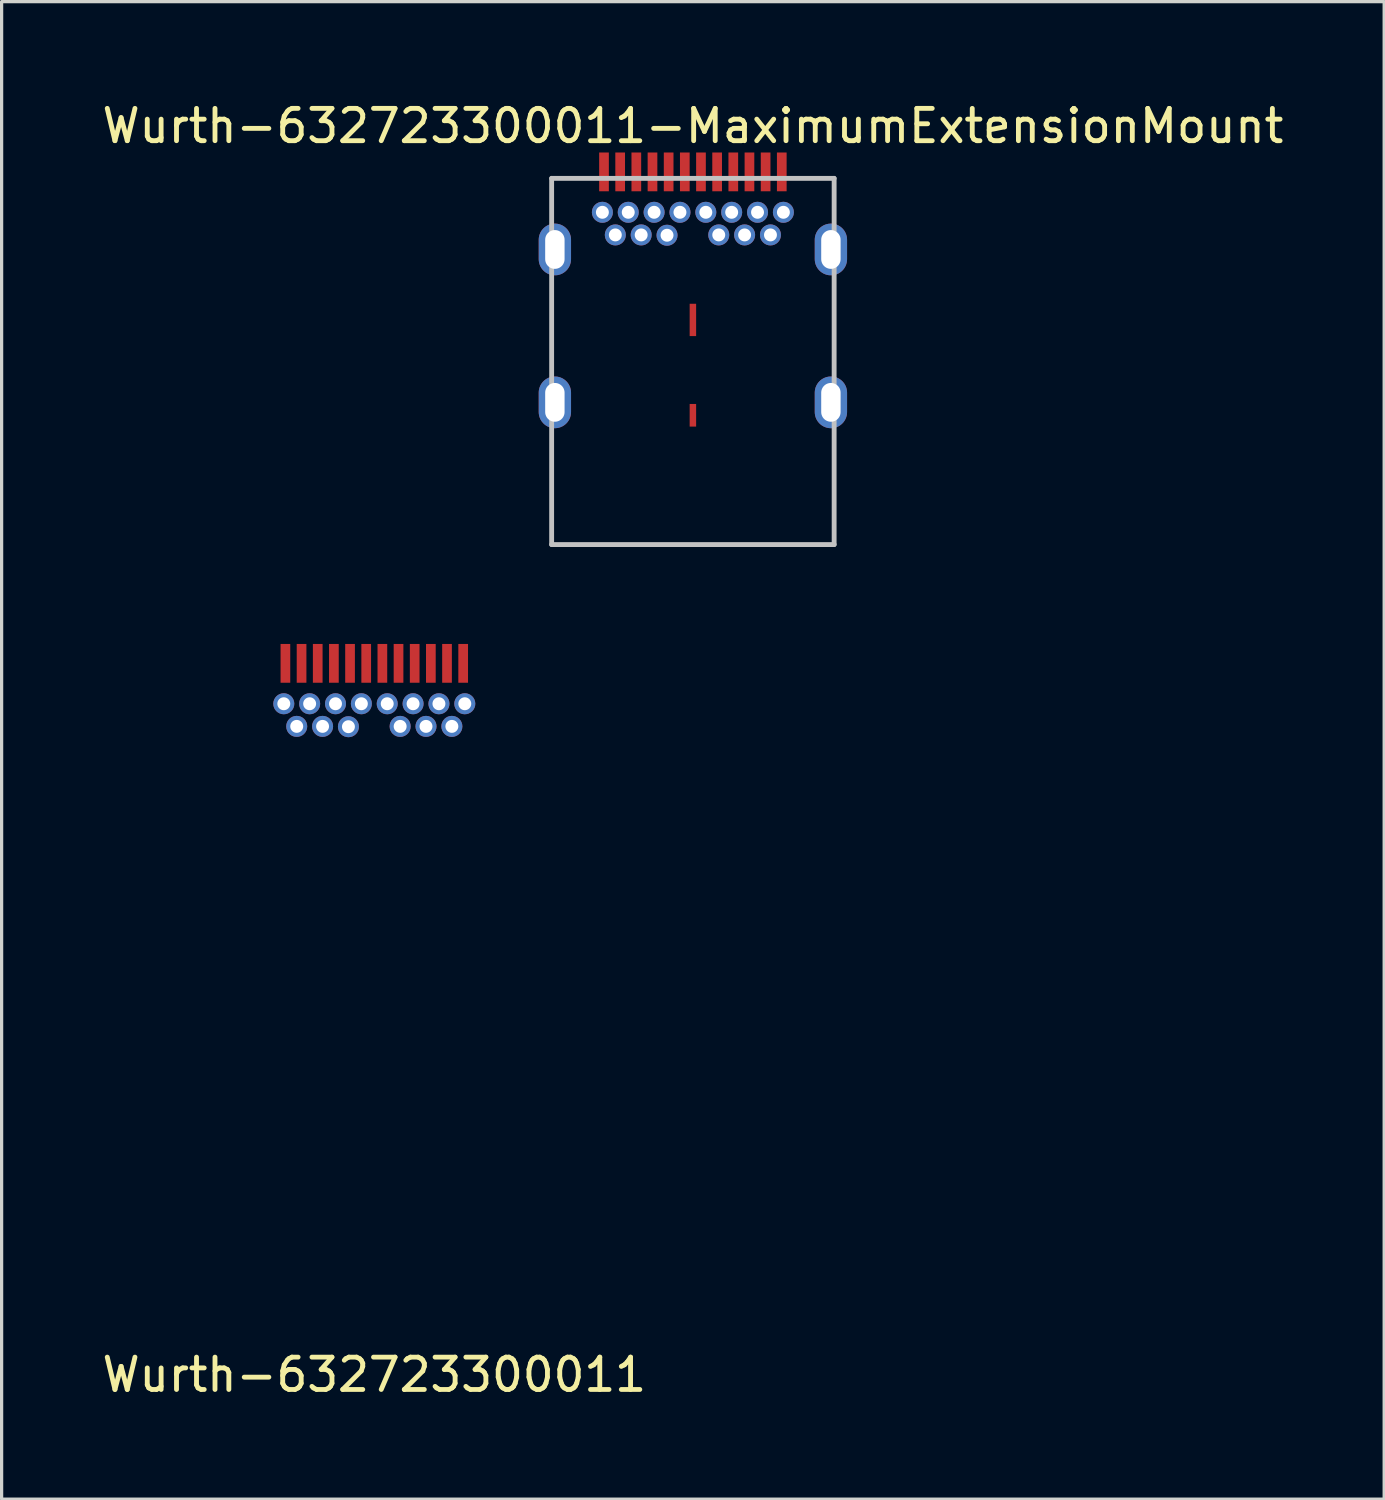
<source format=kicad_pcb>
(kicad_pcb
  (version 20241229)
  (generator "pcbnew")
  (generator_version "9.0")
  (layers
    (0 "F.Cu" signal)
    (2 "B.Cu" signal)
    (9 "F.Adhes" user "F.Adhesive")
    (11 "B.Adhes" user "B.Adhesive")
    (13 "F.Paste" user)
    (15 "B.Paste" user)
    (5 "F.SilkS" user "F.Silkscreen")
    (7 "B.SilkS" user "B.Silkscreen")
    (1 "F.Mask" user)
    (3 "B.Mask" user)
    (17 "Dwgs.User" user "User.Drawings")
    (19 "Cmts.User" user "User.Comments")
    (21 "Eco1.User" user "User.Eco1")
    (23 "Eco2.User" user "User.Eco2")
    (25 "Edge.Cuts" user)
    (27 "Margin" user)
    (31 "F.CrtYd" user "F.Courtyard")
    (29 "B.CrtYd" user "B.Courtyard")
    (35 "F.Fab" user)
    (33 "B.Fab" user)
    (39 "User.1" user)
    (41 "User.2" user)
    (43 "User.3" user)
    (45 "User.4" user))
  (footprint "Wurth-632723300011"
    (layer "F.Cu")
    (at 8.53 28.053)
    (property "Reference" "Wurth-632723300011" (at 0 11.43 0) (layer "F.SilkS") (effects (font (size 1 1) (thickness 0.15))))
    (attr through_hole)
    (pad "1" smd rect (at -2.75 -10.58) (size 0.3 1.2) (layers "F.Cu" "F.Mask" "F.Paste"))
    (pad "2" smd rect (at -2.25 -10.58) (size 0.3 1.2) (layers "F.Cu" "F.Mask" "F.Paste"))
    (pad "3" smd rect (at -1.75 -10.58) (size 0.3 1.2) (layers "F.Cu" "F.Mask" "F.Paste"))
    (pad "4" smd rect (at -1.25 -10.58) (size 0.3 1.2) (layers "F.Cu" "F.Mask" "F.Paste"))
    (pad "5" smd rect (at -0.75 -10.58) (size 0.3 1.2) (layers "F.Cu" "F.Mask" "F.Paste"))
    (pad "6" smd rect (at -0.25 -10.58) (size 0.3 1.2) (layers "F.Cu" "F.Mask" "F.Paste"))
    (pad "7" smd rect (at 0.25 -10.58) (size 0.3 1.2) (layers "F.Cu" "F.Mask" "F.Paste"))
    (pad "8" smd rect (at 0.75 -10.58) (size 0.3 1.2) (layers "F.Cu" "F.Mask" "F.Paste"))
    (pad "9" smd rect (at 1.25 -10.58) (size 0.3 1.2) (layers "F.Cu" "F.Mask" "F.Paste"))
    (pad "10" smd rect (at 1.75 -10.58) (size 0.3 1.2) (layers "F.Cu" "F.Mask" "F.Paste"))
    (pad "11" smd rect (at 2.25 -10.58) (size 0.3 1.2) (layers "F.Cu" "F.Mask" "F.Paste"))
    (pad "12" smd rect (at 2.75 -10.58) (size 0.3 1.2) (layers "F.Cu" "F.Mask" "F.Paste"))
    (pad "13" thru_hole circle (at 2.8 -9.33) (size 0.65 0.65) (drill 0.4) (layers "*.Cu" "*.Mask"))
    (pad "14" thru_hole circle (at 2.4 -8.63) (size 0.65 0.65) (drill 0.4) (layers "*.Cu" "*.Mask"))
    (pad "15" thru_hole circle (at 1.6 -8.63) (size 0.65 0.65) (drill 0.4) (layers "*.Cu" "*.Mask"))
    (pad "16" thru_hole circle (at 1.2 -9.33) (size 0.65 0.65) (drill 0.4) (layers "*.Cu" "*.Mask"))
    (pad "17" thru_hole circle (at 0.8 -8.63) (size 0.65 0.65) (drill 0.4) (layers "*.Cu" "*.Mask"))
    (pad "18" thru_hole circle (at 0.4 -9.33) (size 0.65 0.65) (drill 0.4) (layers "*.Cu" "*.Mask"))
    (pad "19" thru_hole circle (at -0.4 -9.33) (size 0.65 0.65) (drill 0.4) (layers "*.Cu" "*.Mask"))
    (pad "20" thru_hole circle (at -0.8 -8.62) (size 0.65 0.65) (drill 0.4) (layers "*.Cu" "*.Mask"))
    (pad "21" thru_hole circle (at -1.2 -9.33) (size 0.65 0.65) (drill 0.4) (layers "*.Cu" "*.Mask"))
    (pad "22" thru_hole circle (at -1.6 -8.63) (size 0.65 0.65) (drill 0.4) (layers "*.Cu" "*.Mask"))
    (pad "23" thru_hole circle (at -2.4 -8.63) (size 0.65 0.65) (drill 0.4) (layers "*.Cu" "*.Mask"))
    (pad "24" thru_hole circle (at -2.8 -9.33) (size 0.65 0.65) (drill 0.4) (layers "*.Cu" "*.Mask"))
    (pad "25" thru_hole circle (at -2 -9.33) (size 0.65 0.65) (drill 0.4) (layers "*.Cu" "*.Mask"))
    (pad "25" thru_hole circle (at 2 -9.33) (size 0.65 0.65) (drill 0.4) (layers "*.Cu" "*.Mask")))
  (footprint "Wurth-632723300011-MaximumExtensionMount"
    (layer "F.Cu")
    (at 18.387 12.848)
    (property "Reference" "Wurth-632723300011-MaximumExtensionMount" (at 0 -12 0) (layer "F.SilkS") (effects (font (size 1 1) (thickness 0.15))))
    (attr through_hole)
    (fp_line (start -4.37 -10.38) (end 4.37 -10.38) (stroke (width 0.15) (type solid)) (layer "Dwgs.User"))
    (fp_line (start -4.37 0.95) (end -4.37 -10.38) (stroke (width 0.15) (type solid)) (layer "Dwgs.User"))
    (fp_line (start -4.37 0.95) (end 4.37 0.95) (stroke (width 0.15) (type solid)) (layer "Dwgs.User"))
    (fp_line (start 4.37 0.95) (end 4.37 -10.38) (stroke (width 0.15) (type solid)) (layer "Dwgs.User"))
    (pad "1" smd rect (at -2.75 -10.58) (size 0.3 1.2) (layers "F.Cu" "F.Mask" "F.Paste"))
    (pad "2" smd rect (at -2.25 -10.58) (size 0.3 1.2) (layers "F.Cu" "F.Mask" "F.Paste"))
    (pad "3" smd rect (at -1.75 -10.58) (size 0.3 1.2) (layers "F.Cu" "F.Mask" "F.Paste"))
    (pad "4" smd rect (at -1.25 -10.58) (size 0.3 1.2) (layers "F.Cu" "F.Mask" "F.Paste"))
    (pad "5" smd rect (at -0.75 -10.58) (size 0.3 1.2) (layers "F.Cu" "F.Mask" "F.Paste"))
    (pad "6" smd rect (at -0.25 -10.58) (size 0.3 1.2) (layers "F.Cu" "F.Mask" "F.Paste"))
    (pad "7" smd rect (at 0.25 -10.58) (size 0.3 1.2) (layers "F.Cu" "F.Mask" "F.Paste"))
    (pad "8" smd rect (at 0.75 -10.58) (size 0.3 1.2) (layers "F.Cu" "F.Mask" "F.Paste"))
    (pad "9" smd rect (at 1.25 -10.58) (size 0.3 1.2) (layers "F.Cu" "F.Mask" "F.Paste"))
    (pad "10" smd rect (at 1.75 -10.58) (size 0.3 1.2) (layers "F.Cu" "F.Mask" "F.Paste"))
    (pad "11" smd rect (at 2.25 -10.58) (size 0.3 1.2) (layers "F.Cu" "F.Mask" "F.Paste"))
    (pad "12" smd rect (at 2.75 -10.58) (size 0.3 1.2) (layers "F.Cu" "F.Mask" "F.Paste"))
    (pad "13" thru_hole circle (at 2.8 -9.33) (size 0.65 0.65) (drill 0.4) (layers "*.Cu" "B.Mask"))
    (pad "14" thru_hole circle (at 2.4 -8.63) (size 0.65 0.65) (drill 0.4) (layers "*.Cu" "B.Mask"))
    (pad "15" thru_hole circle (at 1.6 -8.63) (size 0.65 0.65) (drill 0.4) (layers "*.Cu" "B.Mask"))
    (pad "16" thru_hole circle (at 1.2 -9.33) (size 0.65 0.65) (drill 0.4) (layers "*.Cu" "B.Mask"))
    (pad "17" thru_hole circle (at 0.8 -8.63) (size 0.65 0.65) (drill 0.4) (layers "*.Cu" "B.Mask"))
    (pad "18" thru_hole circle (at 0.4 -9.33) (size 0.65 0.65) (drill 0.4) (layers "*.Cu" "B.Mask"))
    (pad "19" thru_hole circle (at -0.4 -9.33) (size 0.65 0.65) (drill 0.4) (layers "*.Cu" "B.Mask"))
    (pad "20" thru_hole circle (at -0.8 -8.62) (size 0.65 0.65) (drill 0.4) (layers "*.Cu" "B.Mask"))
    (pad "21" thru_hole circle (at -1.2 -9.33) (size 0.65 0.65) (drill 0.4) (layers "*.Cu" "B.Mask"))
    (pad "22" thru_hole circle (at -1.6 -8.63) (size 0.65 0.65) (drill 0.4) (layers "*.Cu" "B.Mask"))
    (pad "23" thru_hole circle (at -2.4 -8.63) (size 0.65 0.65) (drill 0.4) (layers "*.Cu" "B.Mask"))
    (pad "24" thru_hole circle (at -2.8 -9.33) (size 0.65 0.65) (drill 0.4) (layers "*.Cu" "B.Mask"))
    (pad "25" thru_hole circle (at -2 -9.33) (size 0.65 0.65) (drill 0.4) (layers "*.Cu" "B.Mask"))
    (pad "25" thru_hole circle (at 2 -9.33) (size 0.65 0.65) (drill 0.4) (layers "*.Cu" "B.Mask"))
    (pad "26" thru_hole oval (at -4.27 -8.18) (size 1 1.6) (drill oval 0.6 1.2) (layers "*.Cu" "B.Mask"))
    (pad "26" thru_hole oval (at -4.27 -3.45) (size 1 1.6) (drill oval 0.6 1.2) (layers "*.Cu" "B.Mask"))
    (pad "26" thru_hole oval (at 4.27 -8.18) (size 1 1.6) (drill oval 0.6 1.2) (layers "*.Cu" "B.Mask"))
    (pad "26" thru_hole oval (at 4.27 -3.45) (size 1 1.6) (drill oval 0.6 1.2) (layers "*.Cu" "B.Mask"))
    (pad "27" smd rect (at 0 -6) (size 0.2 1) (layers "F.Cu" "F.Mask" "F.Paste"))
    (pad "27" smd rect (at 0 -3.05) (size 0.2 0.7) (layers "F.Cu" "F.Mask" "F.Paste")))
  (gr_rect
    (start -3 -3)
    (end 39.774 43.331)
    (stroke (width 0.1) (type default))
    (fill no)
    (layer "Edge.Cuts")))
</source>
